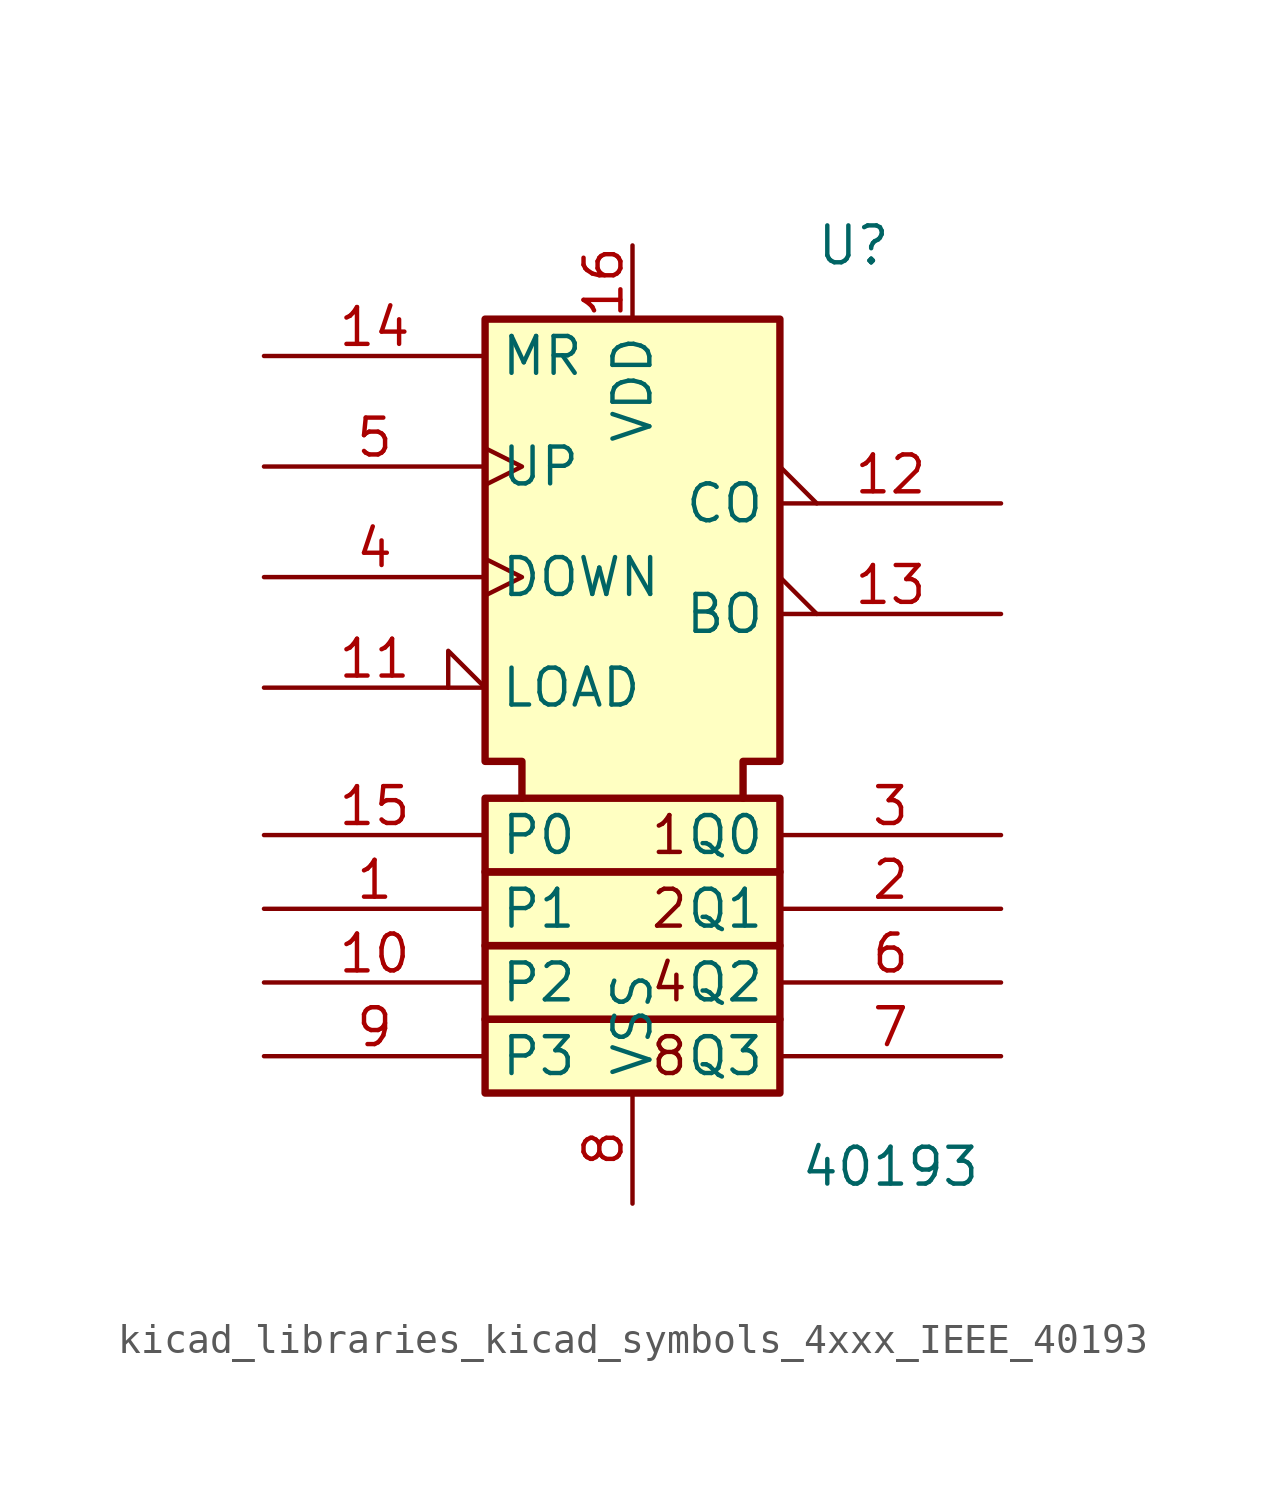
<source format=kicad_sym>
(kicad_symbol_lib
  (version 20220914)
  (generator kicad_symbol_editor)
  (symbol "kicad_libraries_kicad_symbols_4xxx_IEEE_40193"
    (property "Reference" "U"
      (at 7.62 12.7 0)
      (effects (font (size 1.27 1.27))))
    (property "Value" "40193"
      (at 8.89 -19.05 0)
      (effects (font (size 1.27 1.27))))
    (symbol "kicad_libraries_kicad_symbols_4xxx_IEEE_40193_0_0"
      (text "1" (at 1.27 -7.62 0) (effects (font (size 1.27 1.27))))
      (text "2" (at 1.27 -10.16 0) (effects (font (size 1.27 1.27))))
      (text "4" (at 1.27 -12.7 0) (effects (font (size 1.27 1.27))))
      (text "8" (at 1.27 -15.24 0) (effects (font (size 1.27 1.27)))))
    (symbol "kicad_libraries_kicad_symbols_4xxx_IEEE_40193_0_1"
      (rectangle (start -5.08 -13.97) (end 5.08 -16.51) (stroke (width 0.254) (type default)) (fill (type background)))
      (rectangle (start -5.08 -11.43) (end 5.08 -13.97) (stroke (width 0.254) (type default)) (fill (type background)))
      (rectangle (start -5.08 -8.89) (end 5.08 -11.43) (stroke (width 0.254) (type default)) (fill (type background)))
      (rectangle (start -5.08 -6.35) (end 5.08 -8.89) (stroke (width 0.254) (type default)) (fill (type background)))
      (polyline (pts (xy -3.81 -6.35) (xy -3.81 -5.08) (xy -5.08 -5.08) (xy -5.08 10.16) (xy 5.08 10.16) (xy 5.08 -5.08) (xy 3.81 -5.08) (xy 3.81 -6.35) (xy 3.81 -6.35)) (stroke (width 0.254) (type default)) (fill (type background))))
    (symbol "kicad_libraries_kicad_symbols_4xxx_IEEE_40193_1_1"
      (pin input line (at -12.7 -10.16 0) (length 7.62) (name "P1" (effects (font (size 1.27 1.27)))) (number "1" (effects (font (size 1.27 1.27)))))
      (pin input line (at -12.7 -12.7 0) (length 7.62) (name "P2" (effects (font (size 1.27 1.27)))) (number "10" (effects (font (size 1.27 1.27)))))
      (pin input input_low (at -12.7 -2.54 0) (length 7.62) (name "LOAD" (effects (font (size 1.27 1.27)))) (number "11" (effects (font (size 1.27 1.27)))))
      (pin output output_low (at 12.7 3.81 180) (length 7.62) (name "CO" (effects (font (size 1.27 1.27)))) (number "12" (effects (font (size 1.27 1.27)))))
      (pin output output_low (at 12.7 0 180) (length 7.62) (name "BO" (effects (font (size 1.27 1.27)))) (number "13" (effects (font (size 1.27 1.27)))))
      (pin input line (at -12.7 8.89 0) (length 7.62) (name "MR" (effects (font (size 1.27 1.27)))) (number "14" (effects (font (size 1.27 1.27)))))
      (pin input line (at -12.7 -7.62 0) (length 7.62) (name "P0" (effects (font (size 1.27 1.27)))) (number "15" (effects (font (size 1.27 1.27)))))
      (pin power_in line (at 0 12.7 270) (length 2.54) (name "VDD" (effects (font (size 1.27 1.27)))) (number "16" (effects (font (size 1.27 1.27)))))
      (pin output line (at 12.7 -10.16 180) (length 7.62) (name "Q1" (effects (font (size 1.27 1.27)))) (number "2" (effects (font (size 1.27 1.27)))))
      (pin output line (at 12.7 -7.62 180) (length 7.62) (name "Q0" (effects (font (size 1.27 1.27)))) (number "3" (effects (font (size 1.27 1.27)))))
      (pin input clock (at -12.7 1.27 0) (length 7.62) (name "DOWN" (effects (font (size 1.27 1.27)))) (number "4" (effects (font (size 1.27 1.27)))))
      (pin input clock (at -12.7 5.08 0) (length 7.62) (name "UP" (effects (font (size 1.27 1.27)))) (number "5" (effects (font (size 1.27 1.27)))))
      (pin output line (at 12.7 -12.7 180) (length 7.62) (name "Q2" (effects (font (size 1.27 1.27)))) (number "6" (effects (font (size 1.27 1.27)))))
      (pin output line (at 12.7 -15.24 180) (length 7.62) (name "Q3" (effects (font (size 1.27 1.27)))) (number "7" (effects (font (size 1.27 1.27)))))
      (pin power_in line (at 0 -20.32 90) (length 3.81) (name "VSS" (effects (font (size 1.27 1.27)))) (number "8" (effects (font (size 1.27 1.27)))))
      (pin input line (at -12.7 -15.24 0) (length 7.62) (name "P3" (effects (font (size 1.27 1.27)))) (number "9" (effects (font (size 1.27 1.27))))))))
</source>
